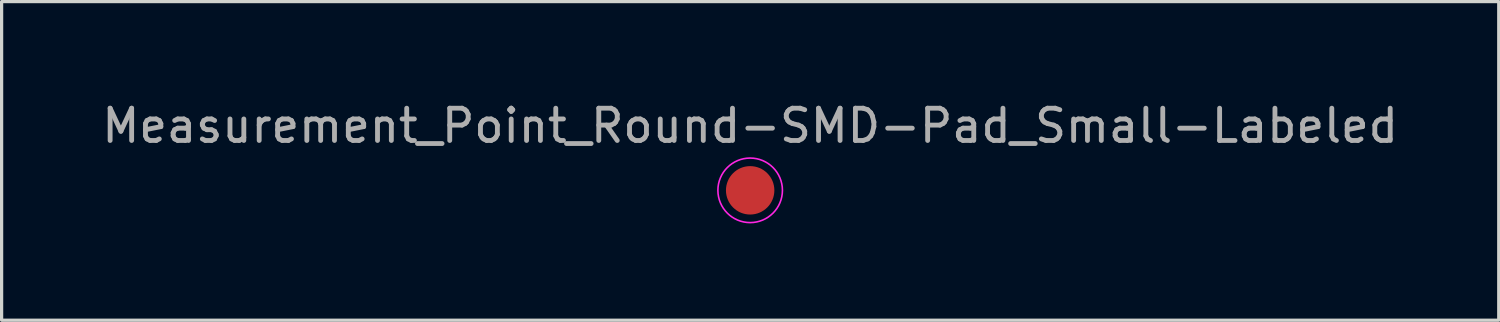
<source format=kicad_pcb>
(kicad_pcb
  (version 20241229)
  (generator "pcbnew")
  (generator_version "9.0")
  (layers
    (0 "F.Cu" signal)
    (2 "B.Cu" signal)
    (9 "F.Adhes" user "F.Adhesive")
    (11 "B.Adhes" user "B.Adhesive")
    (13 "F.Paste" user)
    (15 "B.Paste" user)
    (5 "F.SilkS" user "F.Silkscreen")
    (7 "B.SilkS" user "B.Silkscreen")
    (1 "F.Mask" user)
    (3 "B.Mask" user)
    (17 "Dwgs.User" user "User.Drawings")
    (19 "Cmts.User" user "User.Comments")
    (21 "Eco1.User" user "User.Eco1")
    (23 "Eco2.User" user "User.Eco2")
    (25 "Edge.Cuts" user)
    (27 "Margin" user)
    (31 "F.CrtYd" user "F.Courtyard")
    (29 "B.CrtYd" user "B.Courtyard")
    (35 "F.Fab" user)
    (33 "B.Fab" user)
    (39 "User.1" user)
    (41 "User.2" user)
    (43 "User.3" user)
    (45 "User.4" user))
  (footprint "Measurement_Point_Round-SMD-Pad_Small-Labeled"
    (layer "F.Cu")
    (at 20.196 2.848)
    (property "Reference" "Measurement_Point_Round-SMD-Pad_Small-Labeled" (at 0 -2 0) (layer "F.Fab") (effects (font (size 1 1) (thickness 0.15))))
    (attr exclude_from_pos_files exclude_from_bom)
    (fp_circle (center 0 0) (end 1 0) (stroke (width 0.05) (type solid)) (fill no) (layer "F.CrtYd"))
    (pad "1" smd circle (at 0 0) (size 1.5 1.5) (layers "F.Cu" "F.Mask")))
  (gr_rect
    (start -3 -3)
    (end 43.393 6.873)
    (stroke (width 0.1) (type default))
    (fill no)
    (layer "Edge.Cuts")))
</source>
